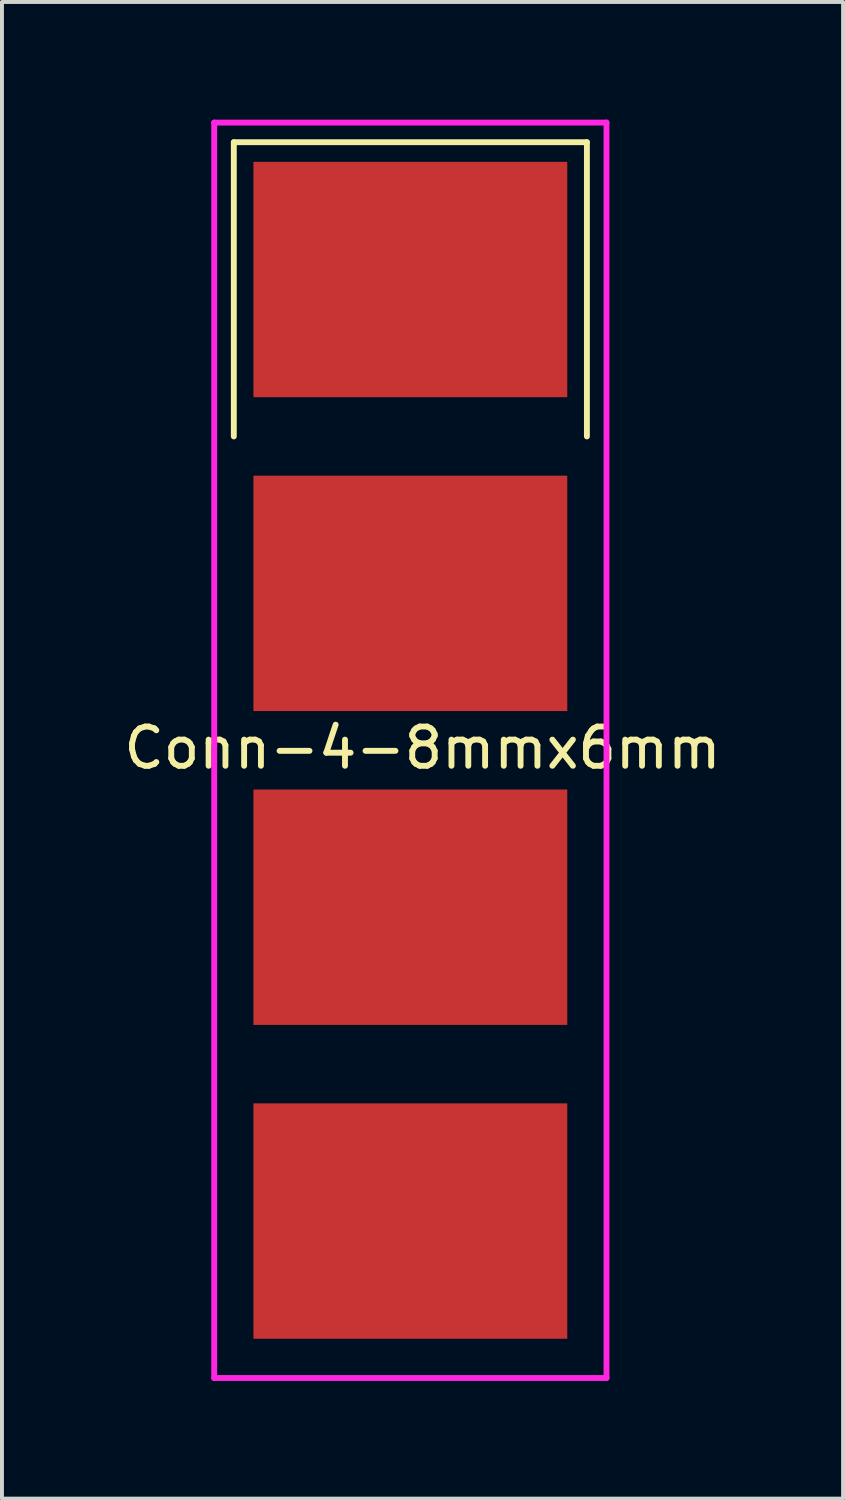
<source format=kicad_pcb>
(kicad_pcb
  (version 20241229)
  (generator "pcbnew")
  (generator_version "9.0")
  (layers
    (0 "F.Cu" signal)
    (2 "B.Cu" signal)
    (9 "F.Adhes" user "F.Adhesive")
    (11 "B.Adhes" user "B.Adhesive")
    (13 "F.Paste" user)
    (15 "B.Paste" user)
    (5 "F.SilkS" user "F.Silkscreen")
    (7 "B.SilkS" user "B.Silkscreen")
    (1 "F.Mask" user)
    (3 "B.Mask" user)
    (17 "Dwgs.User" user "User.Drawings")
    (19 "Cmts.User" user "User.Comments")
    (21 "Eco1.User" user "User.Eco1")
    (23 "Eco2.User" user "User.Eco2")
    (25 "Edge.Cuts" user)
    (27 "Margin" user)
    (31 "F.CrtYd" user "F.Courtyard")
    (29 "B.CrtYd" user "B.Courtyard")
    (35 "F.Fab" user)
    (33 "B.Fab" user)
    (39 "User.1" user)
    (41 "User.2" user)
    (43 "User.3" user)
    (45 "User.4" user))
  (footprint "Conn-4-8mmx6mm"
    (layer "F.Cu")
    (at 7.41 16.075)
    (property "Reference" "Conn-4-8mmx6mm" (at 0.31 -0.06 0) (layer "F.SilkS") (effects (font (size 1 1) (thickness 0.15))))
    (attr through_hole)
    (fp_line (start -4.5 -15.5) (end 4.5 -15.5) (stroke (width 0.15) (type solid)) (layer "F.SilkS"))
    (fp_line (start -4.5 -8) (end -4.5 -15.5) (stroke (width 0.15) (type solid)) (layer "F.SilkS"))
    (fp_line (start 4.5 -15.5) (end 4.5 -8) (stroke (width 0.15) (type solid)) (layer "F.SilkS"))
    (fp_line (start -5 -16) (end -5 16) (stroke (width 0.15) (type solid)) (layer "F.CrtYd"))
    (fp_line (start -5 16) (end 5 16) (stroke (width 0.15) (type solid)) (layer "F.CrtYd"))
    (fp_line (start 5 -16) (end -5 -16) (stroke (width 0.15) (type solid)) (layer "F.CrtYd"))
    (fp_line (start 5 16) (end 5 -16) (stroke (width 0.15) (type solid)) (layer "F.CrtYd"))
    (pad "1" smd rect (at 0 -12) (size 8 6) (layers "F.Cu" "F.Mask" "F.Paste"))
    (pad "2" smd rect (at 0 -4) (size 8 6) (layers "F.Cu" "F.Mask" "F.Paste"))
    (pad "3" smd rect (at 0 4) (size 8 6) (layers "F.Cu" "F.Mask" "F.Paste"))
    (pad "4" smd rect (at 0 12) (size 8 6) (layers "F.Cu" "F.Mask" "F.Paste")))
  (gr_rect
    (start -3 -3)
    (end 18.44 35.15)
    (stroke (width 0.1) (type default))
    (fill no)
    (layer "Edge.Cuts")))
</source>
